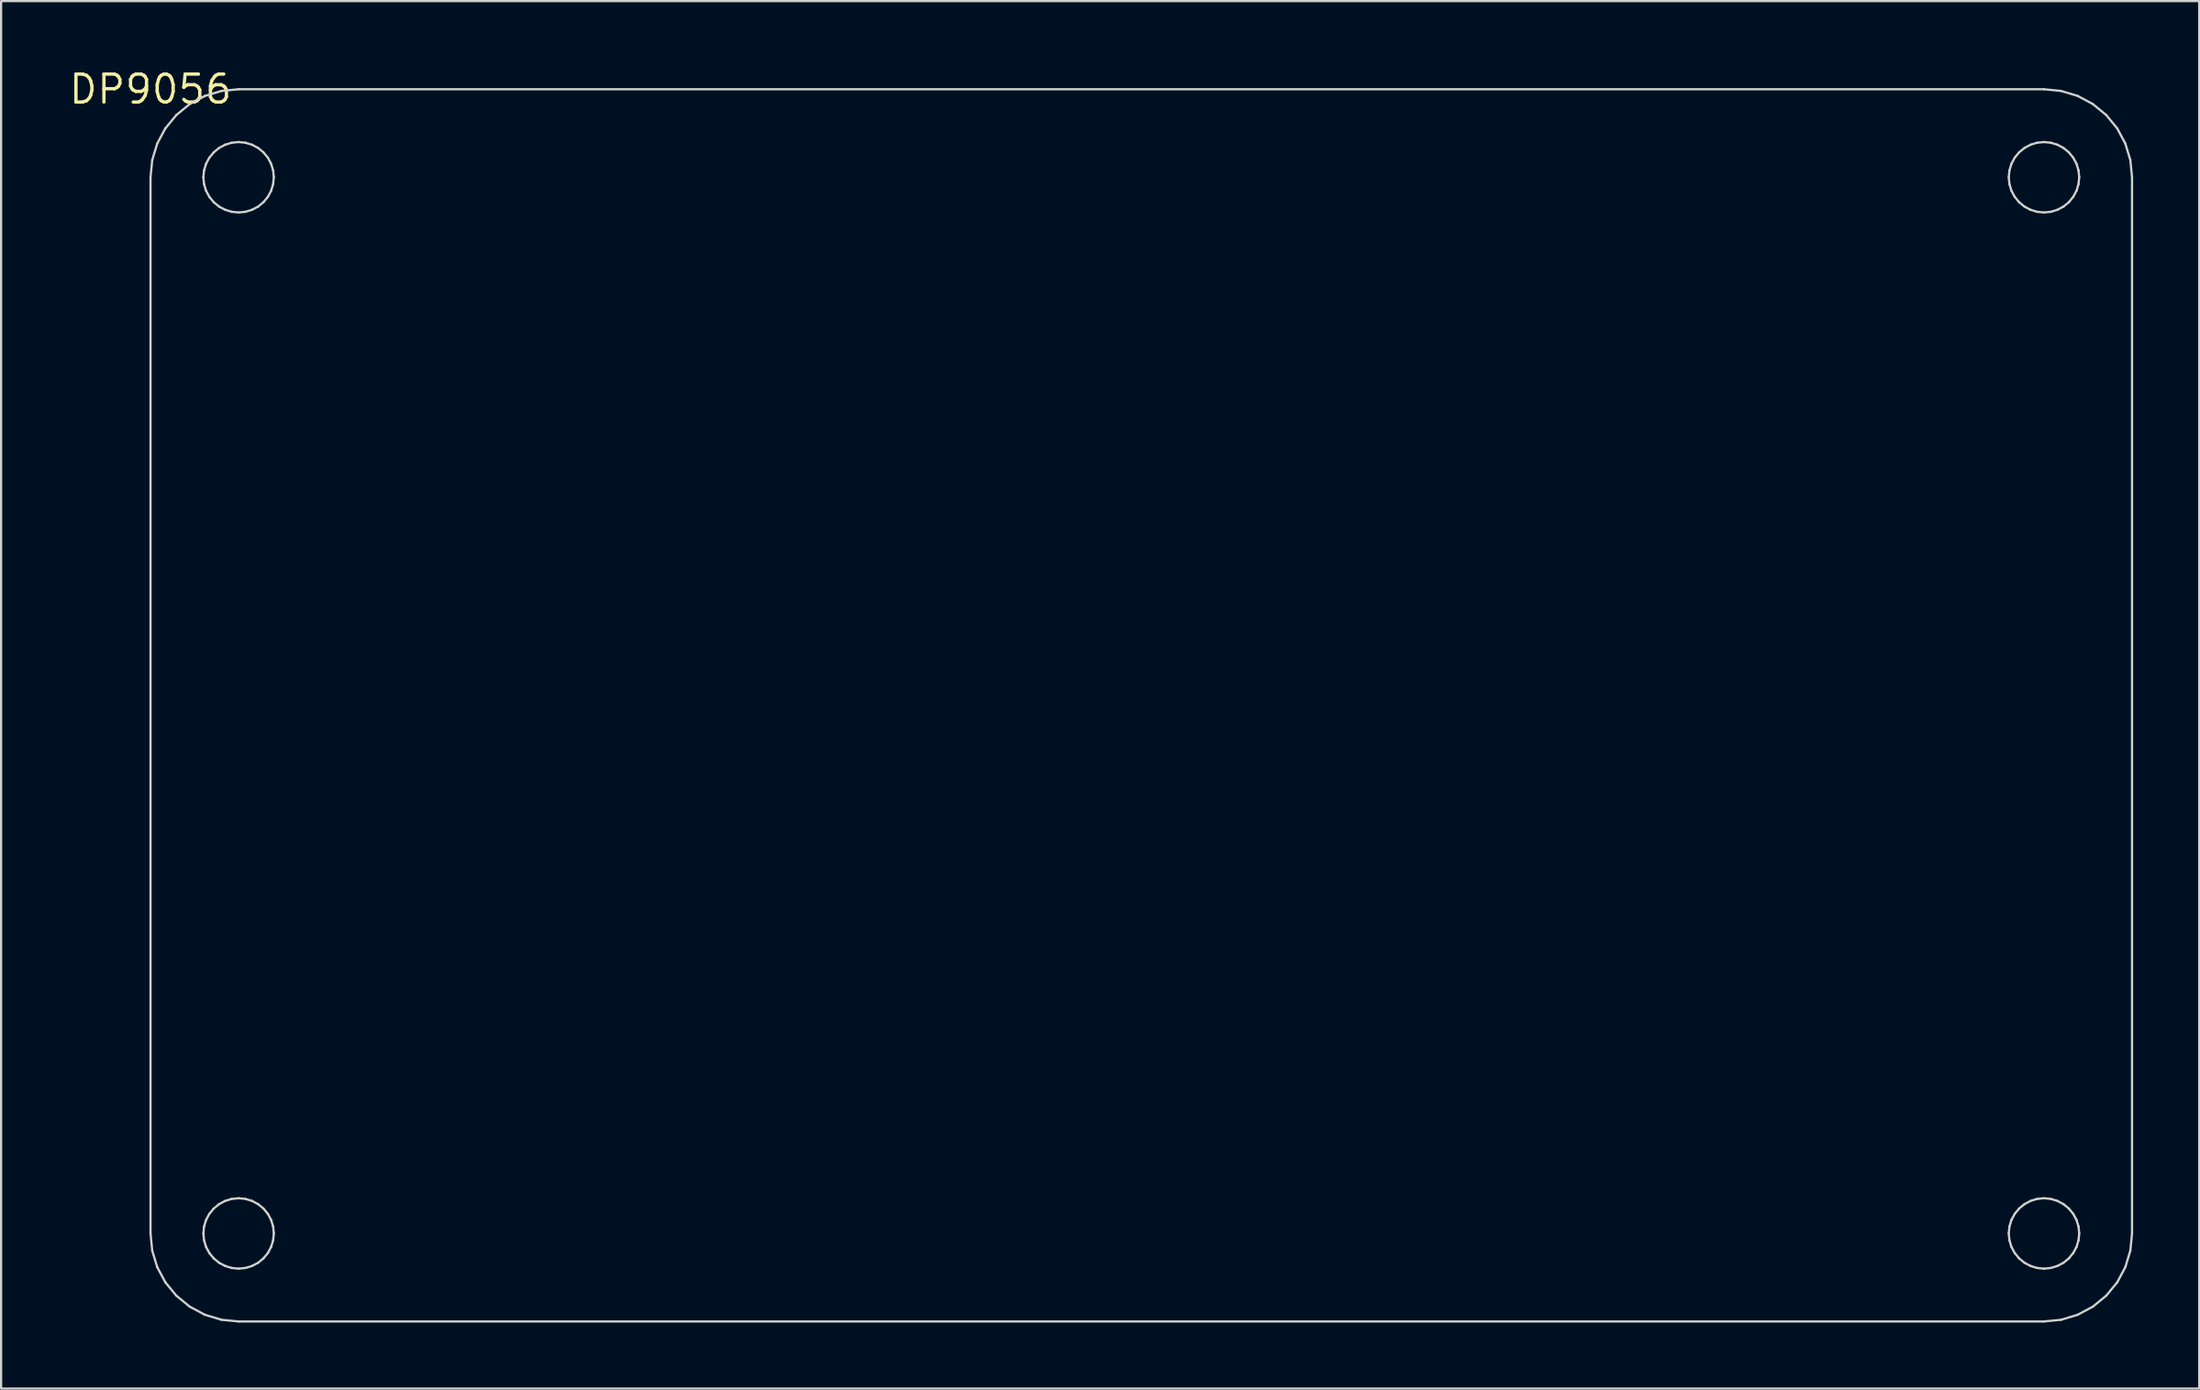
<source format=kicad_pcb>
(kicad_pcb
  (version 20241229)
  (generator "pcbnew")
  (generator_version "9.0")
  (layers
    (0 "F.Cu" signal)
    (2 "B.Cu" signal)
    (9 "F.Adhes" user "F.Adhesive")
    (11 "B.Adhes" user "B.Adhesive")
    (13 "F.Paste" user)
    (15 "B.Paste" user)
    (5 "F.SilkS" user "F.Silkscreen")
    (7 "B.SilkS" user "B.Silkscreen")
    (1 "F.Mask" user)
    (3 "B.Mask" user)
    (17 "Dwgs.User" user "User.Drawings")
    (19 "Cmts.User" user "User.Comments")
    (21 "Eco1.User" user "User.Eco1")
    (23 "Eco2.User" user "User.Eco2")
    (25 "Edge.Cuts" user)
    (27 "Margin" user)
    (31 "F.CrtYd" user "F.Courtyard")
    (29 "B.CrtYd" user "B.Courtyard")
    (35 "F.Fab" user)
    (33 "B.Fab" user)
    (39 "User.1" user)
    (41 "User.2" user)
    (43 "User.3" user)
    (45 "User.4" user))
  (footprint "DP9056"
    (layer "F.Cu")
    (at 3.787 1.006)
    (property "Reference" "DP9056" (at 0 0 0) (layer "F.SilkS") (effects (font (size 1.27 1.27) (thickness 0.15))))
    (attr through_hole)
    (fp_line (start 0 4) (end 0.077 3.22) (stroke (width 0.1) (type solid)) (layer "Edge.Cuts"))
    (fp_line (start 0 52) (end 0 4) (stroke (width 0.1) (type solid)) (layer "Edge.Cuts"))
    (fp_line (start 0.077 3.22) (end 0.304 2.469) (stroke (width 0.1) (type solid)) (layer "Edge.Cuts"))
    (fp_line (start 0.077 52.78) (end 0 52) (stroke (width 0.1) (type solid)) (layer "Edge.Cuts"))
    (fp_line (start 0.304 2.469) (end 0.674 1.778) (stroke (width 0.1) (type solid)) (layer "Edge.Cuts"))
    (fp_line (start 0.304 53.531) (end 0.077 52.78) (stroke (width 0.1) (type solid)) (layer "Edge.Cuts"))
    (fp_line (start 0.674 1.778) (end 1.172 1.172) (stroke (width 0.1) (type solid)) (layer "Edge.Cuts"))
    (fp_line (start 0.674 54.222) (end 0.304 53.531) (stroke (width 0.1) (type solid)) (layer "Edge.Cuts"))
    (fp_line (start 1.172 1.172) (end 1.778 0.674) (stroke (width 0.1) (type solid)) (layer "Edge.Cuts"))
    (fp_line (start 1.172 54.828) (end 0.674 54.222) (stroke (width 0.1) (type solid)) (layer "Edge.Cuts"))
    (fp_line (start 1.778 0.674) (end 2.469 0.304) (stroke (width 0.1) (type solid)) (layer "Edge.Cuts"))
    (fp_line (start 1.778 55.326) (end 1.172 54.828) (stroke (width 0.1) (type solid)) (layer "Edge.Cuts"))
    (fp_line (start 2.4 4) (end 2.431 4.312) (stroke (width 0.1) (type solid)) (layer "Edge.Cuts"))
    (fp_line (start 2.4 52) (end 2.431 52.312) (stroke (width 0.1) (type solid)) (layer "Edge.Cuts"))
    (fp_line (start 2.431 3.688) (end 2.4 4) (stroke (width 0.1) (type solid)) (layer "Edge.Cuts"))
    (fp_line (start 2.431 4.312) (end 2.522 4.612) (stroke (width 0.1) (type solid)) (layer "Edge.Cuts"))
    (fp_line (start 2.431 51.688) (end 2.4 52) (stroke (width 0.1) (type solid)) (layer "Edge.Cuts"))
    (fp_line (start 2.431 52.312) (end 2.522 52.612) (stroke (width 0.1) (type solid)) (layer "Edge.Cuts"))
    (fp_line (start 2.469 0.304) (end 3.22 0.077) (stroke (width 0.1) (type solid)) (layer "Edge.Cuts"))
    (fp_line (start 2.469 55.696) (end 1.778 55.326) (stroke (width 0.1) (type solid)) (layer "Edge.Cuts"))
    (fp_line (start 2.522 3.388) (end 2.431 3.688) (stroke (width 0.1) (type solid)) (layer "Edge.Cuts"))
    (fp_line (start 2.522 4.612) (end 2.67 4.889) (stroke (width 0.1) (type solid)) (layer "Edge.Cuts"))
    (fp_line (start 2.522 51.388) (end 2.431 51.688) (stroke (width 0.1) (type solid)) (layer "Edge.Cuts"))
    (fp_line (start 2.522 52.612) (end 2.67 52.889) (stroke (width 0.1) (type solid)) (layer "Edge.Cuts"))
    (fp_line (start 2.67 3.111) (end 2.522 3.388) (stroke (width 0.1) (type solid)) (layer "Edge.Cuts"))
    (fp_line (start 2.67 4.889) (end 2.869 5.131) (stroke (width 0.1) (type solid)) (layer "Edge.Cuts"))
    (fp_line (start 2.67 51.111) (end 2.522 51.388) (stroke (width 0.1) (type solid)) (layer "Edge.Cuts"))
    (fp_line (start 2.67 52.889) (end 2.869 53.131) (stroke (width 0.1) (type solid)) (layer "Edge.Cuts"))
    (fp_line (start 2.869 2.869) (end 2.67 3.111) (stroke (width 0.1) (type solid)) (layer "Edge.Cuts"))
    (fp_line (start 2.869 5.131) (end 3.111 5.33) (stroke (width 0.1) (type solid)) (layer "Edge.Cuts"))
    (fp_line (start 2.869 50.869) (end 2.67 51.111) (stroke (width 0.1) (type solid)) (layer "Edge.Cuts"))
    (fp_line (start 2.869 53.131) (end 3.111 53.33) (stroke (width 0.1) (type solid)) (layer "Edge.Cuts"))
    (fp_line (start 3.111 2.67) (end 2.869 2.869) (stroke (width 0.1) (type solid)) (layer "Edge.Cuts"))
    (fp_line (start 3.111 5.33) (end 3.388 5.478) (stroke (width 0.1) (type solid)) (layer "Edge.Cuts"))
    (fp_line (start 3.111 50.67) (end 2.869 50.869) (stroke (width 0.1) (type solid)) (layer "Edge.Cuts"))
    (fp_line (start 3.111 53.33) (end 3.388 53.478) (stroke (width 0.1) (type solid)) (layer "Edge.Cuts"))
    (fp_line (start 3.22 0.077) (end 4 0) (stroke (width 0.1) (type solid)) (layer "Edge.Cuts"))
    (fp_line (start 3.22 55.923) (end 2.469 55.696) (stroke (width 0.1) (type solid)) (layer "Edge.Cuts"))
    (fp_line (start 3.388 2.522) (end 3.111 2.67) (stroke (width 0.1) (type solid)) (layer "Edge.Cuts"))
    (fp_line (start 3.388 5.478) (end 3.688 5.569) (stroke (width 0.1) (type solid)) (layer "Edge.Cuts"))
    (fp_line (start 3.388 50.522) (end 3.111 50.67) (stroke (width 0.1) (type solid)) (layer "Edge.Cuts"))
    (fp_line (start 3.388 53.478) (end 3.688 53.569) (stroke (width 0.1) (type solid)) (layer "Edge.Cuts"))
    (fp_line (start 3.688 2.431) (end 3.388 2.522) (stroke (width 0.1) (type solid)) (layer "Edge.Cuts"))
    (fp_line (start 3.688 5.569) (end 4 5.6) (stroke (width 0.1) (type solid)) (layer "Edge.Cuts"))
    (fp_line (start 3.688 50.431) (end 3.388 50.522) (stroke (width 0.1) (type solid)) (layer "Edge.Cuts"))
    (fp_line (start 3.688 53.569) (end 4 53.6) (stroke (width 0.1) (type solid)) (layer "Edge.Cuts"))
    (fp_line (start 4 0) (end 86 0) (stroke (width 0.1) (type solid)) (layer "Edge.Cuts"))
    (fp_line (start 4 2.4) (end 3.688 2.431) (stroke (width 0.1) (type solid)) (layer "Edge.Cuts"))
    (fp_line (start 4 50.4) (end 3.688 50.431) (stroke (width 0.1) (type solid)) (layer "Edge.Cuts"))
    (fp_line (start 4 5.6) (end 4.312 5.569) (stroke (width 0.1) (type solid)) (layer "Edge.Cuts"))
    (fp_line (start 4 53.6) (end 4.312 53.569) (stroke (width 0.1) (type solid)) (layer "Edge.Cuts"))
    (fp_line (start 4 56) (end 3.22 55.923) (stroke (width 0.1) (type solid)) (layer "Edge.Cuts"))
    (fp_line (start 4.312 2.431) (end 4 2.4) (stroke (width 0.1) (type solid)) (layer "Edge.Cuts"))
    (fp_line (start 4.312 5.569) (end 4.612 5.478) (stroke (width 0.1) (type solid)) (layer "Edge.Cuts"))
    (fp_line (start 4.312 50.431) (end 4 50.4) (stroke (width 0.1) (type solid)) (layer "Edge.Cuts"))
    (fp_line (start 4.312 53.569) (end 4.612 53.478) (stroke (width 0.1) (type solid)) (layer "Edge.Cuts"))
    (fp_line (start 4.612 2.522) (end 4.312 2.431) (stroke (width 0.1) (type solid)) (layer "Edge.Cuts"))
    (fp_line (start 4.612 5.478) (end 4.889 5.33) (stroke (width 0.1) (type solid)) (layer "Edge.Cuts"))
    (fp_line (start 4.612 50.522) (end 4.312 50.431) (stroke (width 0.1) (type solid)) (layer "Edge.Cuts"))
    (fp_line (start 4.612 53.478) (end 4.889 53.33) (stroke (width 0.1) (type solid)) (layer "Edge.Cuts"))
    (fp_line (start 4.889 2.67) (end 4.612 2.522) (stroke (width 0.1) (type solid)) (layer "Edge.Cuts"))
    (fp_line (start 4.889 5.33) (end 5.131 5.131) (stroke (width 0.1) (type solid)) (layer "Edge.Cuts"))
    (fp_line (start 4.889 50.67) (end 4.612 50.522) (stroke (width 0.1) (type solid)) (layer "Edge.Cuts"))
    (fp_line (start 4.889 53.33) (end 5.131 53.131) (stroke (width 0.1) (type solid)) (layer "Edge.Cuts"))
    (fp_line (start 5.131 2.869) (end 4.889 2.67) (stroke (width 0.1) (type solid)) (layer "Edge.Cuts"))
    (fp_line (start 5.131 5.131) (end 5.33 4.889) (stroke (width 0.1) (type solid)) (layer "Edge.Cuts"))
    (fp_line (start 5.131 50.869) (end 4.889 50.67) (stroke (width 0.1) (type solid)) (layer "Edge.Cuts"))
    (fp_line (start 5.131 53.131) (end 5.33 52.889) (stroke (width 0.1) (type solid)) (layer "Edge.Cuts"))
    (fp_line (start 5.33 3.111) (end 5.131 2.869) (stroke (width 0.1) (type solid)) (layer "Edge.Cuts"))
    (fp_line (start 5.33 4.889) (end 5.478 4.612) (stroke (width 0.1) (type solid)) (layer "Edge.Cuts"))
    (fp_line (start 5.33 51.111) (end 5.131 50.869) (stroke (width 0.1) (type solid)) (layer "Edge.Cuts"))
    (fp_line (start 5.33 52.889) (end 5.478 52.612) (stroke (width 0.1) (type solid)) (layer "Edge.Cuts"))
    (fp_line (start 5.478 3.388) (end 5.33 3.111) (stroke (width 0.1) (type solid)) (layer "Edge.Cuts"))
    (fp_line (start 5.478 4.612) (end 5.569 4.312) (stroke (width 0.1) (type solid)) (layer "Edge.Cuts"))
    (fp_line (start 5.478 51.388) (end 5.33 51.111) (stroke (width 0.1) (type solid)) (layer "Edge.Cuts"))
    (fp_line (start 5.478 52.612) (end 5.569 52.312) (stroke (width 0.1) (type solid)) (layer "Edge.Cuts"))
    (fp_line (start 5.569 3.688) (end 5.478 3.388) (stroke (width 0.1) (type solid)) (layer "Edge.Cuts"))
    (fp_line (start 5.569 4.312) (end 5.6 4) (stroke (width 0.1) (type solid)) (layer "Edge.Cuts"))
    (fp_line (start 5.569 51.688) (end 5.478 51.388) (stroke (width 0.1) (type solid)) (layer "Edge.Cuts"))
    (fp_line (start 5.569 52.312) (end 5.6 52) (stroke (width 0.1) (type solid)) (layer "Edge.Cuts"))
    (fp_line (start 5.6 4) (end 5.569 3.688) (stroke (width 0.1) (type solid)) (layer "Edge.Cuts"))
    (fp_line (start 5.6 52) (end 5.569 51.688) (stroke (width 0.1) (type solid)) (layer "Edge.Cuts"))
    (fp_line (start 84.4 4) (end 84.431 4.312) (stroke (width 0.1) (type solid)) (layer "Edge.Cuts"))
    (fp_line (start 84.4 52) (end 84.431 52.312) (stroke (width 0.1) (type solid)) (layer "Edge.Cuts"))
    (fp_line (start 84.431 3.688) (end 84.4 4) (stroke (width 0.1) (type solid)) (layer "Edge.Cuts"))
    (fp_line (start 84.431 4.312) (end 84.522 4.612) (stroke (width 0.1) (type solid)) (layer "Edge.Cuts"))
    (fp_line (start 84.431 51.688) (end 84.4 52) (stroke (width 0.1) (type solid)) (layer "Edge.Cuts"))
    (fp_line (start 84.431 52.312) (end 84.522 52.612) (stroke (width 0.1) (type solid)) (layer "Edge.Cuts"))
    (fp_line (start 84.522 3.388) (end 84.431 3.688) (stroke (width 0.1) (type solid)) (layer "Edge.Cuts"))
    (fp_line (start 84.522 4.612) (end 84.67 4.889) (stroke (width 0.1) (type solid)) (layer "Edge.Cuts"))
    (fp_line (start 84.522 51.388) (end 84.431 51.688) (stroke (width 0.1) (type solid)) (layer "Edge.Cuts"))
    (fp_line (start 84.522 52.612) (end 84.67 52.889) (stroke (width 0.1) (type solid)) (layer "Edge.Cuts"))
    (fp_line (start 84.67 3.111) (end 84.522 3.388) (stroke (width 0.1) (type solid)) (layer "Edge.Cuts"))
    (fp_line (start 84.67 4.889) (end 84.869 5.131) (stroke (width 0.1) (type solid)) (layer "Edge.Cuts"))
    (fp_line (start 84.67 51.111) (end 84.522 51.388) (stroke (width 0.1) (type solid)) (layer "Edge.Cuts"))
    (fp_line (start 84.67 52.889) (end 84.869 53.131) (stroke (width 0.1) (type solid)) (layer "Edge.Cuts"))
    (fp_line (start 84.869 2.869) (end 84.67 3.111) (stroke (width 0.1) (type solid)) (layer "Edge.Cuts"))
    (fp_line (start 84.869 5.131) (end 85.111 5.33) (stroke (width 0.1) (type solid)) (layer "Edge.Cuts"))
    (fp_line (start 84.869 50.869) (end 84.67 51.111) (stroke (width 0.1) (type solid)) (layer "Edge.Cuts"))
    (fp_line (start 84.869 53.131) (end 85.111 53.33) (stroke (width 0.1) (type solid)) (layer "Edge.Cuts"))
    (fp_line (start 85.111 2.67) (end 84.869 2.869) (stroke (width 0.1) (type solid)) (layer "Edge.Cuts"))
    (fp_line (start 85.111 5.33) (end 85.388 5.478) (stroke (width 0.1) (type solid)) (layer "Edge.Cuts"))
    (fp_line (start 85.111 50.67) (end 84.869 50.869) (stroke (width 0.1) (type solid)) (layer "Edge.Cuts"))
    (fp_line (start 85.111 53.33) (end 85.388 53.478) (stroke (width 0.1) (type solid)) (layer "Edge.Cuts"))
    (fp_line (start 85.388 2.522) (end 85.111 2.67) (stroke (width 0.1) (type solid)) (layer "Edge.Cuts"))
    (fp_line (start 85.388 5.478) (end 85.688 5.569) (stroke (width 0.1) (type solid)) (layer "Edge.Cuts"))
    (fp_line (start 85.388 50.522) (end 85.111 50.67) (stroke (width 0.1) (type solid)) (layer "Edge.Cuts"))
    (fp_line (start 85.388 53.478) (end 85.688 53.569) (stroke (width 0.1) (type solid)) (layer "Edge.Cuts"))
    (fp_line (start 85.688 2.431) (end 85.388 2.522) (stroke (width 0.1) (type solid)) (layer "Edge.Cuts"))
    (fp_line (start 85.688 5.569) (end 86 5.6) (stroke (width 0.1) (type solid)) (layer "Edge.Cuts"))
    (fp_line (start 85.688 50.431) (end 85.388 50.522) (stroke (width 0.1) (type solid)) (layer "Edge.Cuts"))
    (fp_line (start 85.688 53.569) (end 86 53.6) (stroke (width 0.1) (type solid)) (layer "Edge.Cuts"))
    (fp_line (start 86 0) (end 86.78 0.077) (stroke (width 0.1) (type solid)) (layer "Edge.Cuts"))
    (fp_line (start 86 2.4) (end 85.688 2.431) (stroke (width 0.1) (type solid)) (layer "Edge.Cuts"))
    (fp_line (start 86 5.6) (end 86.312 5.569) (stroke (width 0.1) (type solid)) (layer "Edge.Cuts"))
    (fp_line (start 86 50.4) (end 85.688 50.431) (stroke (width 0.1) (type solid)) (layer "Edge.Cuts"))
    (fp_line (start 86 53.6) (end 86.312 53.569) (stroke (width 0.1) (type solid)) (layer "Edge.Cuts"))
    (fp_line (start 86 56) (end 4 56) (stroke (width 0.1) (type solid)) (layer "Edge.Cuts"))
    (fp_line (start 86.312 2.431) (end 86 2.4) (stroke (width 0.1) (type solid)) (layer "Edge.Cuts"))
    (fp_line (start 86.312 5.569) (end 86.612 5.478) (stroke (width 0.1) (type solid)) (layer "Edge.Cuts"))
    (fp_line (start 86.312 50.431) (end 86 50.4) (stroke (width 0.1) (type solid)) (layer "Edge.Cuts"))
    (fp_line (start 86.312 53.569) (end 86.612 53.478) (stroke (width 0.1) (type solid)) (layer "Edge.Cuts"))
    (fp_line (start 86.612 2.522) (end 86.312 2.431) (stroke (width 0.1) (type solid)) (layer "Edge.Cuts"))
    (fp_line (start 86.612 5.478) (end 86.889 5.33) (stroke (width 0.1) (type solid)) (layer "Edge.Cuts"))
    (fp_line (start 86.612 50.522) (end 86.312 50.431) (stroke (width 0.1) (type solid)) (layer "Edge.Cuts"))
    (fp_line (start 86.612 53.478) (end 86.889 53.33) (stroke (width 0.1) (type solid)) (layer "Edge.Cuts"))
    (fp_line (start 86.78 0.077) (end 87.531 0.304) (stroke (width 0.1) (type solid)) (layer "Edge.Cuts"))
    (fp_line (start 86.78 55.923) (end 86 56) (stroke (width 0.1) (type solid)) (layer "Edge.Cuts"))
    (fp_line (start 86.889 2.67) (end 86.612 2.522) (stroke (width 0.1) (type solid)) (layer "Edge.Cuts"))
    (fp_line (start 86.889 5.33) (end 87.131 5.131) (stroke (width 0.1) (type solid)) (layer "Edge.Cuts"))
    (fp_line (start 86.889 50.67) (end 86.612 50.522) (stroke (width 0.1) (type solid)) (layer "Edge.Cuts"))
    (fp_line (start 86.889 53.33) (end 87.131 53.131) (stroke (width 0.1) (type solid)) (layer "Edge.Cuts"))
    (fp_line (start 87.131 2.869) (end 86.889 2.67) (stroke (width 0.1) (type solid)) (layer "Edge.Cuts"))
    (fp_line (start 87.131 5.131) (end 87.33 4.889) (stroke (width 0.1) (type solid)) (layer "Edge.Cuts"))
    (fp_line (start 87.131 50.869) (end 86.889 50.67) (stroke (width 0.1) (type solid)) (layer "Edge.Cuts"))
    (fp_line (start 87.131 53.131) (end 87.33 52.889) (stroke (width 0.1) (type solid)) (layer "Edge.Cuts"))
    (fp_line (start 87.33 3.111) (end 87.131 2.869) (stroke (width 0.1) (type solid)) (layer "Edge.Cuts"))
    (fp_line (start 87.33 4.889) (end 87.478 4.612) (stroke (width 0.1) (type solid)) (layer "Edge.Cuts"))
    (fp_line (start 87.33 51.111) (end 87.131 50.869) (stroke (width 0.1) (type solid)) (layer "Edge.Cuts"))
    (fp_line (start 87.33 52.889) (end 87.478 52.612) (stroke (width 0.1) (type solid)) (layer "Edge.Cuts"))
    (fp_line (start 87.478 3.388) (end 87.33 3.111) (stroke (width 0.1) (type solid)) (layer "Edge.Cuts"))
    (fp_line (start 87.478 4.612) (end 87.569 4.312) (stroke (width 0.1) (type solid)) (layer "Edge.Cuts"))
    (fp_line (start 87.478 51.388) (end 87.33 51.111) (stroke (width 0.1) (type solid)) (layer "Edge.Cuts"))
    (fp_line (start 87.478 52.612) (end 87.569 52.312) (stroke (width 0.1) (type solid)) (layer "Edge.Cuts"))
    (fp_line (start 87.531 0.304) (end 88.222 0.674) (stroke (width 0.1) (type solid)) (layer "Edge.Cuts"))
    (fp_line (start 87.531 55.696) (end 86.78 55.923) (stroke (width 0.1) (type solid)) (layer "Edge.Cuts"))
    (fp_line (start 87.569 3.688) (end 87.478 3.388) (stroke (width 0.1) (type solid)) (layer "Edge.Cuts"))
    (fp_line (start 87.569 4.312) (end 87.6 4) (stroke (width 0.1) (type solid)) (layer "Edge.Cuts"))
    (fp_line (start 87.569 51.688) (end 87.478 51.388) (stroke (width 0.1) (type solid)) (layer "Edge.Cuts"))
    (fp_line (start 87.569 52.312) (end 87.6 52) (stroke (width 0.1) (type solid)) (layer "Edge.Cuts"))
    (fp_line (start 87.6 4) (end 87.569 3.688) (stroke (width 0.1) (type solid)) (layer "Edge.Cuts"))
    (fp_line (start 87.6 52) (end 87.569 51.688) (stroke (width 0.1) (type solid)) (layer "Edge.Cuts"))
    (fp_line (start 88.222 0.674) (end 88.828 1.172) (stroke (width 0.1) (type solid)) (layer "Edge.Cuts"))
    (fp_line (start 88.222 55.326) (end 87.531 55.696) (stroke (width 0.1) (type solid)) (layer "Edge.Cuts"))
    (fp_line (start 88.828 1.172) (end 89.326 1.778) (stroke (width 0.1) (type solid)) (layer "Edge.Cuts"))
    (fp_line (start 88.828 54.828) (end 88.222 55.326) (stroke (width 0.1) (type solid)) (layer "Edge.Cuts"))
    (fp_line (start 89.326 1.778) (end 89.695 2.469) (stroke (width 0.1) (type solid)) (layer "Edge.Cuts"))
    (fp_line (start 89.326 54.222) (end 88.828 54.828) (stroke (width 0.1) (type solid)) (layer "Edge.Cuts"))
    (fp_line (start 89.695 2.469) (end 89.923 3.22) (stroke (width 0.1) (type solid)) (layer "Edge.Cuts"))
    (fp_line (start 89.695 53.531) (end 89.326 54.222) (stroke (width 0.1) (type solid)) (layer "Edge.Cuts"))
    (fp_line (start 89.923 3.22) (end 90 4) (stroke (width 0.1) (type solid)) (layer "Edge.Cuts"))
    (fp_line (start 89.923 52.78) (end 89.695 53.531) (stroke (width 0.1) (type solid)) (layer "Edge.Cuts"))
    (fp_line (start 90 4) (end 90 52) (stroke (width 0.1) (type solid)) (layer "Edge.Cuts"))
    (fp_line (start 90 52) (end 89.923 52.78) (stroke (width 0.1) (type solid)) (layer "Edge.Cuts")))
  (gr_rect
    (start -3 -3)
    (end 96.837 60.056)
    (stroke (width 0.1) (type default))
    (fill no)
    (layer "Edge.Cuts")))
</source>
